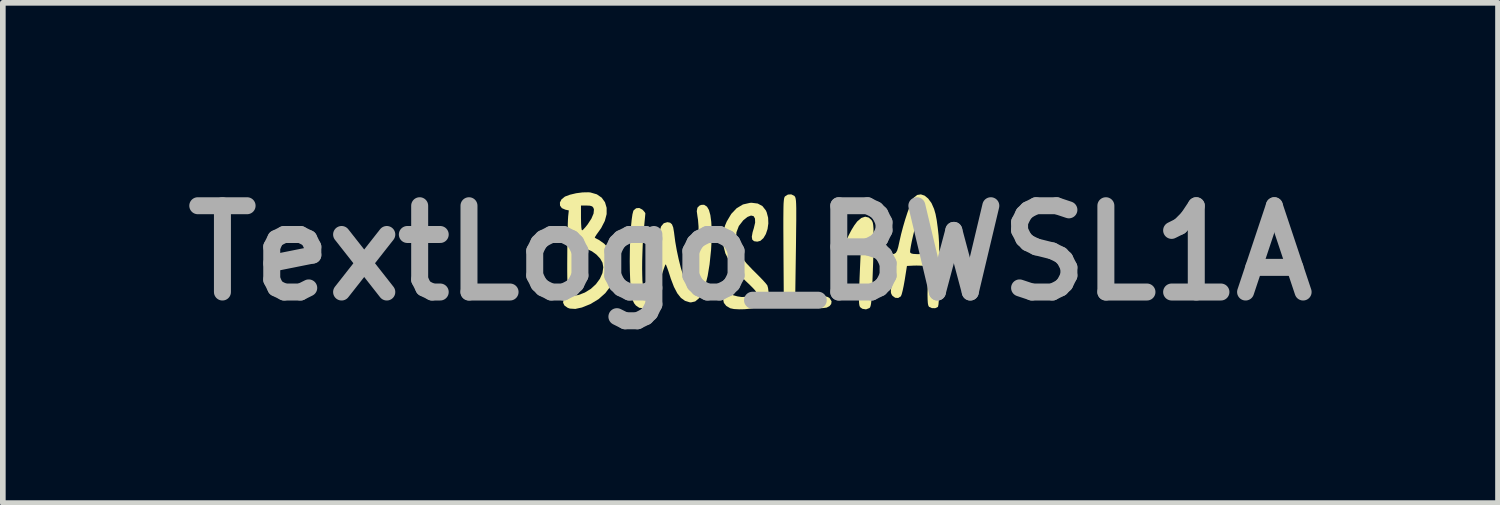
<source format=kicad_pcb>
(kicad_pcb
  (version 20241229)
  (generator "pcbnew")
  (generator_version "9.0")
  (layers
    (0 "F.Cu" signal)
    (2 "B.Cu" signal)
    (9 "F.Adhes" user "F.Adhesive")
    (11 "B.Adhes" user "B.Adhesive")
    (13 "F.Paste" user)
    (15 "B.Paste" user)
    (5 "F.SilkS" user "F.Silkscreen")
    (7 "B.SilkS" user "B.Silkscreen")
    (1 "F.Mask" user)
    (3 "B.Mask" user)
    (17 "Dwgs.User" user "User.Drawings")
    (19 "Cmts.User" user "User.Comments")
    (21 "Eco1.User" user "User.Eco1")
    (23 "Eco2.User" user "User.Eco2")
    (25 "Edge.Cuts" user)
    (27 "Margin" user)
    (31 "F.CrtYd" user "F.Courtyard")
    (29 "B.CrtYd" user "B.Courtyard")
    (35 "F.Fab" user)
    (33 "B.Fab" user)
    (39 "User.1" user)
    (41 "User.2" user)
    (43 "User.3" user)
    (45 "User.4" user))
  (footprint "TextLogo_BWSL1A"
    (layer "F.Cu")
    (at 10.204 1.418)
    (property "Reference" "TextLogo_BWSL1A" (at 0 0 0) (layer "F.Fab") (effects (font (size 1.524 1.524) (thickness 0.3))))
    (attr board_only exclude_from_pos_files exclude_from_bom)
    (fp_poly (pts (xy 0.773 -1.01) (xy 0.786 -0.995) (xy 0.793 -0.98) (xy 0.799 -0.956) (xy 0.804 -0.919) (xy 0.807 -0.866) (xy 0.809 -0.792) (xy 0.809 -0.695) (xy 0.809 -0.571) (xy 0.807 -0.415) (xy 0.805 -0.225) (xy 0.804 -0.13) (xy 0.792 0.693) (xy 0.86 0.704) (xy 0.908 0.711) (xy 0.984 0.721) (xy 1.076 0.731) (xy 1.147 0.739) (xy 1.25 0.751) (xy 1.321 0.764) (xy 1.366 0.778) (xy 1.395 0.795) (xy 1.402 0.803) (xy 1.433 0.854) (xy 1.426 0.901) (xy 1.397 0.938) (xy 1.346 0.965) (xy 1.264 0.975) (xy 1.148 0.97) (xy 1.048 0.957) (xy 0.971 0.948) (xy 0.879 0.942) (xy 0.815 0.94) (xy 0.729 0.934) (xy 0.671 0.92) (xy 0.636 0.9) (xy 0.589 0.862) (xy 0.583 -0.051) (xy 0.582 -0.267) (xy 0.581 -0.446) (xy 0.581 -0.593) (xy 0.582 -0.71) (xy 0.583 -0.802) (xy 0.585 -0.871) (xy 0.589 -0.921) (xy 0.593 -0.956) (xy 0.599 -0.979) (xy 0.606 -0.994) (xy 0.611 -1) (xy 0.662 -1.032) (xy 0.721 -1.035)) (stroke (width 0) (type solid)) (fill yes) (layer "F.SilkS"))
    (fp_poly (pts (xy 2.088 -0.626) (xy 2.134 -0.586) (xy 2.15 -0.562) (xy 2.161 -0.534) (xy 2.168 -0.494) (xy 2.173 -0.435) (xy 2.174 -0.35) (xy 2.175 -0.242) (xy 2.173 -0.129) (xy 2.171 0.011) (xy 2.167 0.168) (xy 2.161 0.329) (xy 2.155 0.484) (xy 2.155 0.499) (xy 2.148 0.647) (xy 2.142 0.76) (xy 2.136 0.843) (xy 2.129 0.901) (xy 2.121 0.938) (xy 2.112 0.961) (xy 2.101 0.973) (xy 2.041 0.996) (xy 1.978 0.986) (xy 1.944 0.963) (xy 1.932 0.948) (xy 1.924 0.925) (xy 1.919 0.89) (xy 1.916 0.836) (xy 1.917 0.758) (xy 1.92 0.649) (xy 1.923 0.559) (xy 1.928 0.423) (xy 1.934 0.283) (xy 1.94 0.151) (xy 1.945 0.039) (xy 1.948 -0.02) (xy 1.952 -0.121) (xy 1.951 -0.183) (xy 1.942 -0.207) (xy 1.927 -0.192) (xy 1.905 -0.14) (xy 1.887 -0.087) (xy 1.863 -0.027) (xy 1.837 0.016) (xy 1.823 0.028) (xy 1.754 0.037) (xy 1.699 0.013) (xy 1.664 -0.041) (xy 1.656 -0.092) (xy 1.667 -0.147) (xy 1.695 -0.225) (xy 1.736 -0.314) (xy 1.784 -0.406) (xy 1.835 -0.489) (xy 1.883 -0.553) (xy 1.886 -0.557) (xy 1.958 -0.618) (xy 2.026 -0.641)) (stroke (width 0) (type solid)) (fill yes) (layer "F.SilkS"))
    (fp_poly (pts (xy 0.129 -0.873) (xy 0.211 -0.829) (xy 0.271 -0.753) (xy 0.287 -0.718) (xy 0.312 -0.623) (xy 0.316 -0.522) (xy 0.302 -0.423) (xy 0.272 -0.334) (xy 0.229 -0.262) (xy 0.175 -0.214) (xy 0.12 -0.2) (xy 0.064 -0.208) (xy 0.032 -0.236) (xy 0.024 -0.287) (xy 0.038 -0.366) (xy 0.06 -0.439) (xy 0.083 -0.537) (xy 0.08 -0.609) (xy 0.055 -0.651) (xy 0.01 -0.661) (xy -0.052 -0.637) (xy -0.127 -0.577) (xy -0.13 -0.573) (xy -0.205 -0.476) (xy -0.247 -0.366) (xy -0.256 -0.236) (xy -0.254 -0.198) (xy -0.237 -0.102) (xy -0.204 -0.01) (xy -0.149 0.083) (xy -0.07 0.183) (xy 0.038 0.297) (xy 0.071 0.329) (xy 0.146 0.404) (xy 0.213 0.473) (xy 0.264 0.529) (xy 0.293 0.566) (xy 0.298 0.572) (xy 0.311 0.619) (xy 0.319 0.684) (xy 0.319 0.71) (xy 0.315 0.773) (xy 0.296 0.818) (xy 0.254 0.864) (xy 0.249 0.87) (xy 0.181 0.919) (xy 0.1 0.959) (xy 0.075 0.967) (xy -0.005 0.984) (xy -0.102 0.993) (xy -0.202 0.995) (xy -0.291 0.99) (xy -0.355 0.977) (xy -0.359 0.975) (xy -0.427 0.935) (xy -0.469 0.882) (xy -0.481 0.826) (xy -0.461 0.774) (xy -0.432 0.748) (xy -0.398 0.731) (xy -0.364 0.729) (xy -0.314 0.743) (xy -0.3 0.748) (xy -0.227 0.767) (xy -0.153 0.778) (xy -0.138 0.778) (xy -0.073 0.771) (xy -0.005 0.754) (xy 0.053 0.73) (xy 0.091 0.705) (xy 0.1 0.688) (xy 0.086 0.666) (xy 0.048 0.623) (xy -0.009 0.566) (xy -0.078 0.5) (xy -0.08 0.499) (xy -0.24 0.334) (xy -0.362 0.17) (xy -0.443 0.006) (xy -0.485 -0.157) (xy -0.487 -0.32) (xy -0.45 -0.481) (xy -0.419 -0.555) (xy -0.339 -0.69) (xy -0.243 -0.791) (xy -0.132 -0.857) (xy -0.009 -0.885) (xy 0.02 -0.887)) (stroke (width 0) (type solid)) (fill yes) (layer "F.SilkS"))
    (fp_poly (pts (xy -2.827 -1.069) (xy -2.713 -1.036) (xy -2.627 -0.977) (xy -2.569 -0.896) (xy -2.54 -0.798) (xy -2.54 -0.686) (xy -2.572 -0.566) (xy -2.636 -0.441) (xy -2.676 -0.384) (xy -2.716 -0.329) (xy -2.742 -0.288) (xy -2.75 -0.27) (xy -2.75 -0.27) (xy -2.73 -0.258) (xy -2.688 -0.236) (xy -2.679 -0.232) (xy -2.585 -0.166) (xy -2.498 -0.073) (xy -2.428 0.036) (xy -2.42 0.055) (xy -2.38 0.186) (xy -2.377 0.322) (xy -2.408 0.458) (xy -2.471 0.588) (xy -2.563 0.709) (xy -2.682 0.815) (xy -2.826 0.902) (xy -2.838 0.907) (xy -2.977 0.963) (xy -3.093 0.988) (xy -3.189 0.982) (xy -3.227 0.969) (xy -3.285 0.928) (xy -3.309 0.879) (xy -3.302 0.829) (xy -3.267 0.788) (xy -3.205 0.762) (xy -3.162 0.758) (xy -3.04 0.743) (xy -2.925 0.699) (xy -2.819 0.634) (xy -2.729 0.551) (xy -2.659 0.456) (xy -2.614 0.355) (xy -2.599 0.252) (xy -2.613 0.172) (xy -2.653 0.1) (xy -2.719 0.029) (xy -2.8 -0.03) (xy -2.87 -0.061) (xy -2.923 -0.076) (xy -2.96 -0.079) (xy -2.986 -0.067) (xy -3.001 -0.035) (xy -3.009 0.024) (xy -3.012 0.112) (xy -3.013 0.228) (xy -3.015 0.371) (xy -3.021 0.48) (xy -3.033 0.558) (xy -3.051 0.61) (xy -3.075 0.64) (xy -3.079 0.643) (xy -3.135 0.657) (xy -3.189 0.636) (xy -3.206 0.62) (xy -3.216 0.604) (xy -3.224 0.582) (xy -3.229 0.547) (xy -3.233 0.495) (xy -3.235 0.421) (xy -3.236 0.322) (xy -3.236 0.192) (xy -3.235 0.026) (xy -3.235 0.026) (xy -3.234 -0.125) (xy -3.232 -0.269) (xy -3.229 -0.399) (xy -3.226 -0.509) (xy -3.223 -0.592) (xy -3.221 -0.619) (xy -2.993 -0.619) (xy -2.991 -0.524) (xy -2.987 -0.452) (xy -2.98 -0.409) (xy -2.974 -0.399) (xy -2.953 -0.414) (xy -2.917 -0.453) (xy -2.876 -0.504) (xy -2.809 -0.607) (xy -2.771 -0.696) (xy -2.764 -0.767) (xy -2.773 -0.797) (xy -2.795 -0.823) (xy -2.834 -0.835) (xy -2.894 -0.838) (xy -2.993 -0.838) (xy -2.993 -0.619) (xy -3.221 -0.619) (xy -3.22 -0.641) (xy -3.208 -0.752) (xy -3.269 -0.765) (xy -3.331 -0.792) (xy -3.363 -0.837) (xy -3.365 -0.892) (xy -3.337 -0.947) (xy -3.279 -0.994) (xy -3.274 -0.997) (xy -3.188 -1.029) (xy -3.079 -1.055) (xy -2.965 -1.07) (xy -2.862 -1.072)) (stroke (width 0) (type solid)) (fill yes) (layer "F.SilkS"))
    (fp_poly (pts (xy -0.773 -0.822) (xy -0.765 -0.814) (xy -0.733 -0.759) (xy -0.708 -0.669) (xy -0.692 -0.548) (xy -0.684 -0.401) (xy -0.686 -0.231) (xy -0.696 -0.043) (xy -0.697 -0.041) (xy -0.722 0.201) (xy -0.756 0.406) (xy -0.798 0.575) (xy -0.849 0.706) (xy -0.909 0.8) (xy -0.976 0.856) (xy -1.051 0.873) (xy -1.073 0.871) (xy -1.156 0.845) (xy -1.228 0.793) (xy -1.292 0.712) (xy -1.351 0.599) (xy -1.408 0.45) (xy -1.422 0.404) (xy -1.449 0.321) (xy -1.473 0.254) (xy -1.49 0.212) (xy -1.498 0.2) (xy -1.508 0.218) (xy -1.526 0.267) (xy -1.551 0.339) (xy -1.58 0.429) (xy -1.584 0.443) (xy -1.64 0.611) (xy -1.695 0.749) (xy -1.747 0.855) (xy -1.796 0.924) (xy -1.82 0.946) (xy -1.891 0.975) (xy -1.964 0.968) (xy -2.024 0.927) (xy -2.054 0.889) (xy -2.077 0.841) (xy -2.095 0.778) (xy -2.108 0.696) (xy -2.118 0.589) (xy -2.125 0.452) (xy -2.13 0.309) (xy -2.132 0.144) (xy -2.13 -0.024) (xy -2.126 -0.186) (xy -2.119 -0.339) (xy -2.109 -0.477) (xy -2.097 -0.593) (xy -2.084 -0.683) (xy -2.069 -0.741) (xy -2.063 -0.753) (xy -2.019 -0.79) (xy -1.964 -0.795) (xy -1.909 -0.766) (xy -1.896 -0.754) (xy -1.867 -0.72) (xy -1.856 -0.7) (xy -1.858 -0.677) (xy -1.863 -0.622) (xy -1.871 -0.541) (xy -1.88 -0.442) (xy -1.885 -0.389) (xy -1.895 -0.27) (xy -1.903 -0.137) (xy -1.908 0.003) (xy -1.912 0.142) (xy -1.913 0.275) (xy -1.911 0.393) (xy -1.908 0.489) (xy -1.901 0.557) (xy -1.897 0.579) (xy -1.889 0.594) (xy -1.878 0.588) (xy -1.862 0.556) (xy -1.84 0.494) (xy -1.809 0.4) (xy -1.772 0.281) (xy -1.733 0.144) (xy -1.695 -0.002) (xy -1.659 -0.143) (xy -1.629 -0.271) (xy -1.607 -0.373) (xy -1.605 -0.385) (xy -1.577 -0.471) (xy -1.531 -0.525) (xy -1.468 -0.544) (xy -1.467 -0.544) (xy -1.419 -0.535) (xy -1.386 -0.506) (xy -1.364 -0.45) (xy -1.349 -0.361) (xy -1.347 -0.343) (xy -1.328 -0.199) (xy -1.301 -0.045) (xy -1.268 0.109) (xy -1.231 0.257) (xy -1.191 0.39) (xy -1.151 0.5) (xy -1.114 0.581) (xy -1.105 0.595) (xy -1.072 0.645) (xy -1.043 0.589) (xy -1.015 0.515) (xy -0.989 0.409) (xy -0.966 0.279) (xy -0.946 0.132) (xy -0.931 -0.024) (xy -0.921 -0.182) (xy -0.916 -0.333) (xy -0.917 -0.47) (xy -0.926 -0.585) (xy -0.936 -0.649) (xy -0.948 -0.739) (xy -0.936 -0.801) (xy -0.898 -0.838) (xy -0.865 -0.85) (xy -0.818 -0.851)) (stroke (width 0) (type solid)) (fill yes) (layer "F.SilkS"))
    (fp_poly (pts (xy 3.076 -1.013) (xy 3.139 -0.961) (xy 3.197 -0.882) (xy 3.243 -0.778) (xy 3.269 -0.688) (xy 3.29 -0.578) (xy 3.308 -0.445) (xy 3.323 -0.308) (xy 3.331 -0.183) (xy 3.332 -0.129) (xy 3.334 -0.057) (xy 3.344 -0.012) (xy 3.365 0.02) (xy 3.382 0.036) (xy 3.417 0.077) (xy 3.432 0.115) (xy 3.432 0.116) (xy 3.418 0.154) (xy 3.385 0.197) (xy 3.382 0.2) (xy 3.364 0.218) (xy 3.351 0.237) (xy 3.342 0.264) (xy 3.336 0.305) (xy 3.334 0.366) (xy 3.332 0.453) (xy 3.332 0.574) (xy 3.332 0.588) (xy 3.331 0.731) (xy 3.327 0.837) (xy 3.321 0.908) (xy 3.313 0.947) (xy 3.308 0.954) (xy 3.263 0.975) (xy 3.206 0.974) (xy 3.158 0.953) (xy 3.15 0.945) (xy 3.14 0.923) (xy 3.133 0.885) (xy 3.129 0.824) (xy 3.127 0.735) (xy 3.129 0.613) (xy 3.13 0.577) (xy 3.137 0.242) (xy 3.07 0.23) (xy 3.012 0.224) (xy 2.935 0.222) (xy 2.883 0.223) (xy 2.764 0.229) (xy 2.724 0.481) (xy 2.706 0.58) (xy 2.688 0.665) (xy 2.671 0.73) (xy 2.657 0.764) (xy 2.656 0.766) (xy 2.609 0.795) (xy 2.556 0.791) (xy 2.509 0.757) (xy 2.502 0.748) (xy 2.487 0.721) (xy 2.48 0.692) (xy 2.481 0.651) (xy 2.491 0.588) (xy 2.502 0.524) (xy 2.523 0.413) (xy 2.537 0.336) (xy 2.543 0.284) (xy 2.542 0.253) (xy 2.533 0.234) (xy 2.515 0.223) (xy 2.488 0.212) (xy 2.484 0.211) (xy 2.436 0.184) (xy 2.416 0.151) (xy 2.414 0.125) (xy 2.428 0.061) (xy 2.468 0.026) (xy 2.503 0.02) (xy 2.54 0.015) (xy 2.568 -0.002) (xy 2.576 -0.016) (xy 2.819 -0.016) (xy 2.82 -0.011) (xy 2.836 0.006) (xy 2.873 0.016) (xy 2.939 0.02) (xy 2.971 0.02) (xy 3.042 0.018) (xy 3.095 0.012) (xy 3.12 0.004) (xy 3.12 0.004) (xy 3.124 -0.024) (xy 3.123 -0.082) (xy 3.119 -0.164) (xy 3.112 -0.259) (xy 3.104 -0.361) (xy 3.094 -0.459) (xy 3.083 -0.547) (xy 3.073 -0.615) (xy 3.067 -0.645) (xy 3.049 -0.7) (xy 3.031 -0.736) (xy 3.023 -0.743) (xy 3.005 -0.727) (xy 2.981 -0.685) (xy 2.969 -0.657) (xy 2.948 -0.592) (xy 2.923 -0.507) (xy 2.897 -0.409) (xy 2.872 -0.306) (xy 2.85 -0.208) (xy 2.833 -0.121) (xy 2.822 -0.054) (xy 2.819 -0.016) (xy 2.576 -0.016) (xy 2.59 -0.039) (xy 2.609 -0.101) (xy 2.63 -0.196) (xy 2.633 -0.21) (xy 2.661 -0.332) (xy 2.695 -0.461) (xy 2.733 -0.591) (xy 2.773 -0.714) (xy 2.812 -0.822) (xy 2.848 -0.91) (xy 2.879 -0.968) (xy 2.887 -0.979) (xy 2.946 -1.025) (xy 3.01 -1.035)) (stroke (width 0) (type solid)) (fill yes) (layer "F.SilkS")))
  (gr_rect
    (start -3 -3)
    (end 23.407 5.836)
    (stroke (width 0.1) (type default))
    (fill no)
    (layer "Edge.Cuts")))
</source>
